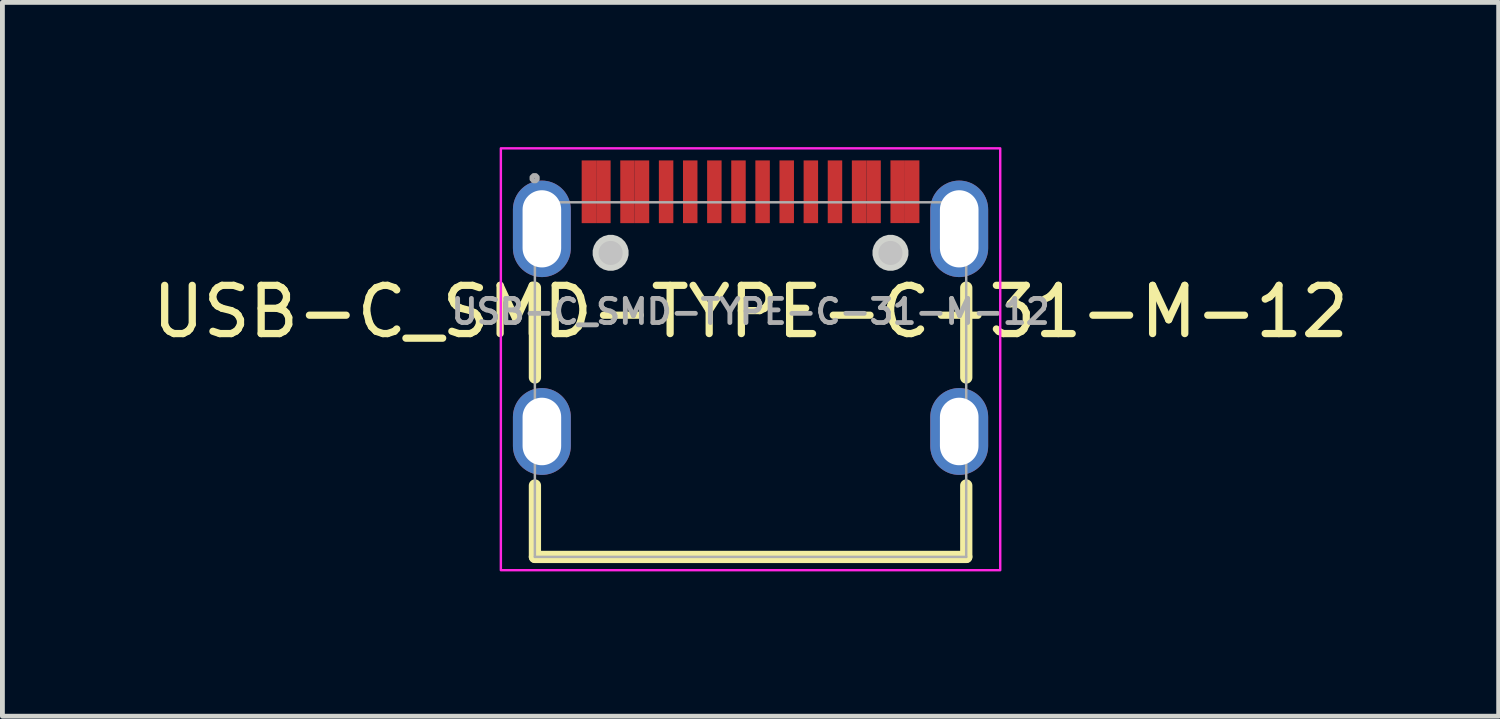
<source format=kicad_pcb>
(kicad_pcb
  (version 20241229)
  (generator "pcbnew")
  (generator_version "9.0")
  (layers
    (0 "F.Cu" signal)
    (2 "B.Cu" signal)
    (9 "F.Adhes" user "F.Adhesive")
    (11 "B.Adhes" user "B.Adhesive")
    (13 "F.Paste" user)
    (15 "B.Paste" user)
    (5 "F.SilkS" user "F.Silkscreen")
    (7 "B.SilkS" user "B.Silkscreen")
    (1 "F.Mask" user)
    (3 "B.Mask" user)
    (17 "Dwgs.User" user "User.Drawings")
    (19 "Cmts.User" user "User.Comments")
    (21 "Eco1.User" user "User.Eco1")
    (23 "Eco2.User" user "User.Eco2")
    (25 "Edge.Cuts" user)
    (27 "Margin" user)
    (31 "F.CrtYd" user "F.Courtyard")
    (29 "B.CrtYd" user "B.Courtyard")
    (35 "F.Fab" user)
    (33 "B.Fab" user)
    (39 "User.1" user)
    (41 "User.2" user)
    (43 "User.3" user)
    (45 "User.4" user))
  (footprint "USB-C_SMD-TYPE-C-31-M-12"
    (layer "F.Cu")
    (at 12.506 3.409)
    (property "Reference" "USB-C_SMD-TYPE-C-31-M-12" (at 0 0 0) (layer "F.SilkS") (effects (font (size 1 1) (thickness 0.15))))
    (fp_line (start -4.469 1.365) (end -4.469 -0.497) (stroke (width 0.254) (type default)) (layer "F.SilkS"))
    (fp_line (start -4.469 5.084) (end -4.469 3.603) (stroke (width 0.254) (type default)) (layer "F.SilkS"))
    (fp_line (start 4.471 1.366) (end 4.471 -0.497) (stroke (width 0.254) (type default)) (layer "F.SilkS"))
    (fp_line (start 4.471 5.084) (end -4.469 5.084) (stroke (width 0.254) (type default)) (layer "F.SilkS"))
    (fp_line (start 4.471 5.084) (end 4.471 3.603) (stroke (width 0.254) (type default)) (layer "F.SilkS"))
    (fp_poly (pts (xy -1.6 -1.834) (xy -1.6 -3.134) (xy -1.9 -3.134) (xy -1.9 -1.834)) (stroke (width 0) (type default)) (fill yes) (layer "F.Paste"))
    (fp_poly (pts (xy -1.4 -3.134) (xy -1.4 -1.834) (xy -1.1 -1.834) (xy -1.1 -3.134)) (stroke (width 0) (type default)) (fill yes) (layer "F.Paste"))
    (fp_poly (pts (xy -0.6 -1.834) (xy -0.6 -3.134) (xy -0.9 -3.134) (xy -0.9 -1.834)) (stroke (width 0) (type default)) (fill yes) (layer "F.Paste"))
    (fp_poly (pts (xy -0.1 -1.834) (xy -0.1 -3.134) (xy -0.4 -3.134) (xy -0.4 -1.834)) (stroke (width 0) (type default)) (fill yes) (layer "F.Paste"))
    (fp_poly (pts (xy 0.4 -1.834) (xy 0.4 -3.134) (xy 0.1 -3.134) (xy 0.1 -1.834)) (stroke (width 0) (type default)) (fill yes) (layer "F.Paste"))
    (fp_poly (pts (xy 0.9 -1.834) (xy 0.9 -3.134) (xy 0.6 -3.134) (xy 0.6 -1.834)) (stroke (width 0) (type default)) (fill yes) (layer "F.Paste"))
    (fp_poly (pts (xy 1.399 -1.834) (xy 1.399 -3.134) (xy 1.099 -3.134) (xy 1.099 -1.834)) (stroke (width 0) (type default)) (fill yes) (layer "F.Paste"))
    (fp_poly (pts (xy 1.9 -1.834) (xy 1.9 -3.134) (xy 1.6 -3.134) (xy 1.6 -1.834)) (stroke (width 0) (type default)) (fill yes) (layer "F.Paste"))
    (fp_poly (pts (xy -2.9 -1.834) (xy -2.9 -3.134) (xy -3.2 -3.134) (xy -3.5 -3.134) (xy -3.5 -1.834) (xy -3.2 -1.834)) (stroke (width 0) (type default)) (fill yes) (layer "F.Paste"))
    (fp_poly (pts (xy -2.1 -1.834) (xy -2.1 -3.134) (xy -2.4 -3.134) (xy -2.7 -3.134) (xy -2.7 -1.834) (xy -2.4 -1.834)) (stroke (width 0) (type default)) (fill yes) (layer "F.Paste"))
    (fp_poly (pts (xy 2.7 -1.834) (xy 2.7 -3.134) (xy 2.4 -3.134) (xy 2.1 -3.134) (xy 2.1 -1.834) (xy 2.4 -1.834)) (stroke (width 0) (type default)) (fill yes) (layer "F.Paste"))
    (fp_poly (pts (xy 3.5 -1.834) (xy 3.5 -3.134) (xy 3.2 -3.134) (xy 2.9 -3.134) (xy 2.9 -1.834) (xy 3.2 -1.834)) (stroke (width 0) (type default)) (fill yes) (layer "F.Paste"))
    (fp_poly (pts (xy -4.34 1.585) (xy -4.37 1.586) (xy -4.399 1.589) (xy -4.429 1.593) (xy -4.458 1.599) (xy -4.487 1.607) (xy -4.516 1.615) (xy -4.545 1.625) (xy -4.572 1.637) (xy -4.599 1.65) (xy -4.625 1.665) (xy -4.651 1.68) (xy -4.676 1.697) (xy -4.699 1.715) (xy -4.722 1.734) (xy -4.744 1.754) (xy -4.765 1.776) (xy -4.785 1.798) (xy -4.803 1.822) (xy -4.821 1.846) (xy -4.837 1.871) (xy -4.852 1.897) (xy -4.865 1.924) (xy -4.878 1.951) (xy -4.889 1.979) (xy -4.899 2.007) (xy -4.907 2.036) (xy -4.913 2.065) (xy -4.918 2.095) (xy -4.922 2.124) (xy -4.925 2.154) (xy -4.925 2.184) (xy -4.925 2.784) (xy -4.925 2.814) (xy -4.922 2.844) (xy -4.918 2.873) (xy -4.913 2.903) (xy -4.907 2.932) (xy -4.899 2.961) (xy -4.889 2.99) (xy -4.878 3.017) (xy -4.865 3.045) (xy -4.852 3.071) (xy -4.837 3.097) (xy -4.821 3.122) (xy -4.803 3.147) (xy -4.785 3.17) (xy -4.765 3.192) (xy -4.744 3.213) (xy -4.722 3.234) (xy -4.699 3.253) (xy -4.676 3.272) (xy -4.651 3.288) (xy -4.625 3.304) (xy -4.599 3.318) (xy -4.572 3.331) (xy -4.545 3.342) (xy -4.516 3.353) (xy -4.487 3.361) (xy -4.458 3.369) (xy -4.429 3.375) (xy -4.399 3.38) (xy -4.37 3.382) (xy -4.34 3.384) (xy -4.31 3.384) (xy -4.28 3.382) (xy -4.25 3.38) (xy -4.221 3.375) (xy -4.191 3.369) (xy -4.162 3.361) (xy -4.134 3.353) (xy -4.106 3.342) (xy -4.079 3.331) (xy -4.051 3.318) (xy -4.025 3.304) (xy -3.999 3.288) (xy -3.975 3.272) (xy -3.951 3.253) (xy -3.928 3.234) (xy -3.906 3.213) (xy -3.885 3.192) (xy -3.865 3.17) (xy -3.847 3.147) (xy -3.829 3.122) (xy -3.813 3.097) (xy -3.798 3.071) (xy -3.784 3.045) (xy -3.772 3.017) (xy -3.761 2.99) (xy -3.752 2.961) (xy -3.744 2.932) (xy -3.737 2.903) (xy -3.732 2.873) (xy -3.728 2.844) (xy -3.726 2.814) (xy -3.725 2.784) (xy -3.725 2.184) (xy -3.726 2.154) (xy -3.728 2.124) (xy -3.732 2.095) (xy -3.737 2.065) (xy -3.744 2.036) (xy -3.752 2.007) (xy -3.761 1.979) (xy -3.772 1.951) (xy -3.784 1.924) (xy -3.798 1.897) (xy -3.813 1.871) (xy -3.829 1.846) (xy -3.847 1.822) (xy -3.865 1.798) (xy -3.885 1.776) (xy -3.906 1.754) (xy -3.928 1.734) (xy -3.951 1.715) (xy -3.975 1.697) (xy -3.999 1.68) (xy -4.025 1.665) (xy -4.051 1.65) (xy -4.079 1.637) (xy -4.106 1.625) (xy -4.134 1.615) (xy -4.162 1.607) (xy -4.191 1.599) (xy -4.221 1.593) (xy -4.25 1.589) (xy -4.28 1.586) (xy -4.31 1.585)) (stroke (width 0) (type default)) (fill yes) (layer "F.Paste"))
    (fp_poly (pts (xy -4.28 -2.714) (xy -4.31 -2.716) (xy -4.34 -2.716) (xy -4.37 -2.714) (xy -4.399 -2.711) (xy -4.429 -2.707) (xy -4.458 -2.7) (xy -4.487 -2.693) (xy -4.516 -2.684) (xy -4.545 -2.675) (xy -4.572 -2.663) (xy -4.599 -2.65) (xy -4.625 -2.635) (xy -4.651 -2.62) (xy -4.676 -2.603) (xy -4.699 -2.585) (xy -4.722 -2.566) (xy -4.744 -2.546) (xy -4.765 -2.524) (xy -4.785 -2.502) (xy -4.803 -2.478) (xy -4.821 -2.454) (xy -4.837 -2.429) (xy -4.852 -2.402) (xy -4.865 -2.376) (xy -4.878 -2.349) (xy -4.889 -2.321) (xy -4.899 -2.292) (xy -4.907 -2.264) (xy -4.913 -2.235) (xy -4.918 -2.205) (xy -4.922 -2.175) (xy -4.925 -2.146) (xy -4.925 -2.116) (xy -4.925 -1.316) (xy -4.925 -1.286) (xy -4.922 -1.256) (xy -4.918 -1.226) (xy -4.913 -1.197) (xy -4.907 -1.167) (xy -4.899 -1.139) (xy -4.889 -1.111) (xy -4.878 -1.083) (xy -4.865 -1.056) (xy -4.852 -1.029) (xy -4.837 -1.003) (xy -4.821 -0.978) (xy -4.803 -0.954) (xy -4.785 -0.93) (xy -4.765 -0.907) (xy -4.744 -0.886) (xy -4.722 -0.866) (xy -4.699 -0.847) (xy -4.676 -0.829) (xy -4.651 -0.812) (xy -4.625 -0.796) (xy -4.599 -0.782) (xy -4.572 -0.769) (xy -4.545 -0.757) (xy -4.516 -0.747) (xy -4.487 -0.738) (xy -4.458 -0.731) (xy -4.429 -0.725) (xy -4.399 -0.721) (xy -4.37 -0.718) (xy -4.34 -0.716) (xy -4.31 -0.716) (xy -4.28 -0.718) (xy -4.25 -0.721) (xy -4.221 -0.725) (xy -4.191 -0.731) (xy -4.162 -0.738) (xy -4.134 -0.747) (xy -4.106 -0.757) (xy -4.079 -0.769) (xy -4.051 -0.782) (xy -4.025 -0.796) (xy -3.999 -0.812) (xy -3.975 -0.829) (xy -3.951 -0.847) (xy -3.928 -0.866) (xy -3.906 -0.886) (xy -3.885 -0.907) (xy -3.865 -0.93) (xy -3.847 -0.954) (xy -3.829 -0.978) (xy -3.813 -1.003) (xy -3.798 -1.029) (xy -3.784 -1.056) (xy -3.772 -1.083) (xy -3.761 -1.111) (xy -3.752 -1.139) (xy -3.744 -1.167) (xy -3.737 -1.197) (xy -3.732 -1.226) (xy -3.728 -1.256) (xy -3.726 -1.286) (xy -3.725 -1.316) (xy -3.725 -2.116) (xy -3.726 -2.146) (xy -3.728 -2.175) (xy -3.732 -2.205) (xy -3.737 -2.235) (xy -3.744 -2.264) (xy -3.752 -2.292) (xy -3.761 -2.321) (xy -3.772 -2.349) (xy -3.784 -2.376) (xy -3.798 -2.402) (xy -3.813 -2.429) (xy -3.829 -2.454) (xy -3.847 -2.478) (xy -3.865 -2.502) (xy -3.885 -2.524) (xy -3.906 -2.546) (xy -3.928 -2.566) (xy -3.951 -2.585) (xy -3.975 -2.603) (xy -3.999 -2.62) (xy -4.025 -2.635) (xy -4.051 -2.65) (xy -4.079 -2.663) (xy -4.106 -2.675) (xy -4.134 -2.684) (xy -4.162 -2.693) (xy -4.191 -2.7) (xy -4.221 -2.707) (xy -4.25 -2.711)) (stroke (width 0) (type default)) (fill yes) (layer "F.Paste"))
    (fp_poly (pts (xy 4.37 -2.714) (xy 4.34 -2.716) (xy 4.31 -2.716) (xy 4.28 -2.714) (xy 4.25 -2.711) (xy 4.221 -2.707) (xy 4.191 -2.7) (xy 4.162 -2.693) (xy 4.134 -2.684) (xy 4.106 -2.675) (xy 4.079 -2.663) (xy 4.051 -2.65) (xy 4.025 -2.635) (xy 3.999 -2.62) (xy 3.975 -2.603) (xy 3.951 -2.585) (xy 3.928 -2.566) (xy 3.906 -2.546) (xy 3.885 -2.524) (xy 3.865 -2.502) (xy 3.847 -2.478) (xy 3.829 -2.454) (xy 3.813 -2.429) (xy 3.798 -2.402) (xy 3.784 -2.376) (xy 3.772 -2.349) (xy 3.761 -2.321) (xy 3.752 -2.292) (xy 3.744 -2.264) (xy 3.737 -2.235) (xy 3.732 -2.205) (xy 3.728 -2.175) (xy 3.726 -2.146) (xy 3.725 -2.116) (xy 3.725 -1.316) (xy 3.726 -1.286) (xy 3.728 -1.256) (xy 3.732 -1.226) (xy 3.737 -1.197) (xy 3.744 -1.167) (xy 3.752 -1.139) (xy 3.761 -1.111) (xy 3.772 -1.083) (xy 3.784 -1.056) (xy 3.798 -1.029) (xy 3.813 -1.003) (xy 3.829 -0.978) (xy 3.847 -0.954) (xy 3.865 -0.93) (xy 3.885 -0.907) (xy 3.906 -0.886) (xy 3.928 -0.866) (xy 3.951 -0.847) (xy 3.975 -0.829) (xy 3.999 -0.812) (xy 4.025 -0.796) (xy 4.051 -0.782) (xy 4.079 -0.769) (xy 4.106 -0.757) (xy 4.134 -0.747) (xy 4.162 -0.738) (xy 4.191 -0.731) (xy 4.221 -0.725) (xy 4.25 -0.721) (xy 4.28 -0.718) (xy 4.31 -0.716) (xy 4.34 -0.716) (xy 4.37 -0.718) (xy 4.399 -0.721) (xy 4.429 -0.725) (xy 4.458 -0.731) (xy 4.487 -0.738) (xy 4.516 -0.747) (xy 4.545 -0.757) (xy 4.572 -0.769) (xy 4.599 -0.782) (xy 4.625 -0.796) (xy 4.651 -0.812) (xy 4.676 -0.829) (xy 4.699 -0.847) (xy 4.722 -0.866) (xy 4.744 -0.886) (xy 4.765 -0.907) (xy 4.785 -0.93) (xy 4.803 -0.954) (xy 4.821 -0.978) (xy 4.837 -1.003) (xy 4.852 -1.029) (xy 4.865 -1.056) (xy 4.878 -1.083) (xy 4.889 -1.111) (xy 4.899 -1.139) (xy 4.907 -1.167) (xy 4.913 -1.197) (xy 4.918 -1.226) (xy 4.922 -1.256) (xy 4.925 -1.286) (xy 4.925 -1.316) (xy 4.925 -2.116) (xy 4.925 -2.146) (xy 4.922 -2.175) (xy 4.918 -2.205) (xy 4.913 -2.235) (xy 4.907 -2.264) (xy 4.899 -2.292) (xy 4.889 -2.321) (xy 4.878 -2.349) (xy 4.865 -2.376) (xy 4.852 -2.402) (xy 4.837 -2.429) (xy 4.821 -2.454) (xy 4.803 -2.478) (xy 4.785 -2.502) (xy 4.765 -2.524) (xy 4.744 -2.546) (xy 4.722 -2.566) (xy 4.699 -2.585) (xy 4.676 -2.603) (xy 4.651 -2.62) (xy 4.625 -2.635) (xy 4.599 -2.65) (xy 4.572 -2.663) (xy 4.545 -2.675) (xy 4.516 -2.684) (xy 4.487 -2.693) (xy 4.458 -2.7) (xy 4.429 -2.707) (xy 4.399 -2.711)) (stroke (width 0) (type default)) (fill yes) (layer "F.Paste"))
    (fp_poly (pts (xy 4.37 1.586) (xy 4.34 1.585) (xy 4.31 1.585) (xy 4.28 1.586) (xy 4.25 1.589) (xy 4.221 1.593) (xy 4.191 1.599) (xy 4.162 1.607) (xy 4.134 1.615) (xy 4.106 1.625) (xy 4.079 1.637) (xy 4.051 1.65) (xy 4.025 1.665) (xy 3.999 1.68) (xy 3.975 1.697) (xy 3.951 1.715) (xy 3.928 1.734) (xy 3.906 1.754) (xy 3.885 1.776) (xy 3.865 1.798) (xy 3.847 1.822) (xy 3.829 1.846) (xy 3.813 1.871) (xy 3.798 1.897) (xy 3.784 1.924) (xy 3.772 1.951) (xy 3.761 1.979) (xy 3.752 2.007) (xy 3.744 2.036) (xy 3.737 2.065) (xy 3.732 2.095) (xy 3.728 2.124) (xy 3.726 2.154) (xy 3.725 2.184) (xy 3.725 2.784) (xy 3.726 2.814) (xy 3.728 2.844) (xy 3.732 2.873) (xy 3.737 2.903) (xy 3.744 2.932) (xy 3.752 2.961) (xy 3.761 2.99) (xy 3.772 3.017) (xy 3.784 3.045) (xy 3.798 3.071) (xy 3.813 3.097) (xy 3.829 3.122) (xy 3.847 3.147) (xy 3.865 3.17) (xy 3.885 3.192) (xy 3.906 3.213) (xy 3.928 3.234) (xy 3.951 3.253) (xy 3.975 3.272) (xy 3.999 3.288) (xy 4.025 3.304) (xy 4.051 3.318) (xy 4.079 3.331) (xy 4.106 3.342) (xy 4.134 3.353) (xy 4.162 3.361) (xy 4.191 3.369) (xy 4.221 3.375) (xy 4.25 3.38) (xy 4.28 3.382) (xy 4.31 3.384) (xy 4.34 3.384) (xy 4.37 3.382) (xy 4.399 3.38) (xy 4.429 3.375) (xy 4.458 3.369) (xy 4.487 3.361) (xy 4.516 3.353) (xy 4.545 3.342) (xy 4.572 3.331) (xy 4.599 3.318) (xy 4.625 3.304) (xy 4.651 3.288) (xy 4.676 3.272) (xy 4.699 3.253) (xy 4.722 3.234) (xy 4.744 3.213) (xy 4.765 3.192) (xy 4.785 3.17) (xy 4.803 3.147) (xy 4.821 3.122) (xy 4.837 3.097) (xy 4.852 3.071) (xy 4.865 3.045) (xy 4.878 3.017) (xy 4.889 2.99) (xy 4.899 2.961) (xy 4.907 2.932) (xy 4.913 2.903) (xy 4.918 2.873) (xy 4.922 2.844) (xy 4.925 2.814) (xy 4.925 2.784) (xy 4.925 2.184) (xy 4.925 2.154) (xy 4.922 2.124) (xy 4.918 2.095) (xy 4.913 2.065) (xy 4.907 2.036) (xy 4.899 2.007) (xy 4.889 1.979) (xy 4.878 1.951) (xy 4.865 1.924) (xy 4.852 1.897) (xy 4.837 1.871) (xy 4.821 1.846) (xy 4.803 1.822) (xy 4.785 1.798) (xy 4.765 1.776) (xy 4.744 1.754) (xy 4.722 1.734) (xy 4.699 1.715) (xy 4.676 1.697) (xy 4.651 1.68) (xy 4.625 1.665) (xy 4.599 1.65) (xy 4.572 1.637) (xy 4.545 1.625) (xy 4.516 1.615) (xy 4.487 1.607) (xy 4.458 1.599) (xy 4.429 1.593) (xy 4.399 1.589)) (stroke (width 0) (type default)) (fill yes) (layer "F.Paste"))
    (fp_circle (center -2.9 -1.216) (end -2.775 -1.216) (stroke (width 0.25) (type default)) (fill no) (layer "Dwgs.User"))
    (fp_circle (center 2.9 -1.216) (end 3.025 -1.216) (stroke (width 0.25) (type default)) (fill no) (layer "Dwgs.User"))
    (fp_poly (pts (xy -2.528 -1.268) (xy -2.554 -1.363) (xy -2.602 -1.447) (xy -2.672 -1.517) (xy -2.756 -1.565) (xy -2.851 -1.591) (xy -2.949 -1.591) (xy -3.044 -1.565) (xy -3.128 -1.517) (xy -3.198 -1.447) (xy -3.246 -1.363) (xy -3.272 -1.268) (xy -3.272 -1.17) (xy -3.246 -1.075) (xy -3.198 -0.991) (xy -3.128 -0.921) (xy -3.044 -0.873) (xy -2.949 -0.847) (xy -2.851 -0.847) (xy -2.756 -0.873) (xy -2.672 -0.921) (xy -2.602 -0.991) (xy -2.554 -1.075) (xy -2.528 -1.17)) (stroke (width 0) (type default)) (fill yes) (layer "Edge.Cuts"))
    (fp_poly (pts (xy 3.272 -1.268) (xy 3.246 -1.363) (xy 3.198 -1.447) (xy 3.128 -1.517) (xy 3.044 -1.565) (xy 2.949 -1.591) (xy 2.851 -1.591) (xy 2.756 -1.565) (xy 2.672 -1.517) (xy 2.602 -1.447) (xy 2.554 -1.363) (xy 2.528 -1.268) (xy 2.528 -1.17) (xy 2.554 -1.075) (xy 2.602 -0.991) (xy 2.672 -0.921) (xy 2.756 -0.873) (xy 2.851 -0.847) (xy 2.949 -0.847) (xy 3.044 -0.873) (xy 3.128 -0.921) (xy 3.198 -0.991) (xy 3.246 -1.075) (xy 3.272 -1.17)) (stroke (width 0) (type default)) (fill yes) (layer "Edge.Cuts"))
    (fp_rect (start -5.175 -3.385) (end 5.175 5.359) (stroke (width 0.05) (type default)) (fill no) (layer "F.CrtYd"))
    (fp_line (start -4.47 -2.266) (end 4.47 -2.266) (stroke (width 0.051) (type default)) (layer "F.Fab"))
    (fp_line (start -4.47 5.084) (end -4.47 -2.266) (stroke (width 0.051) (type default)) (layer "F.Fab"))
    (fp_line (start 4.47 -2.266) (end 4.47 5.084) (stroke (width 0.051) (type default)) (layer "F.Fab"))
    (fp_line (start 4.47 5.084) (end -4.47 5.084) (stroke (width 0.051) (type default)) (layer "F.Fab"))
    (fp_poly (pts (xy -4.42 -2.789) (xy -4.452 -2.821) (xy -4.498 -2.821) (xy -4.53 -2.789) (xy -4.53 -2.743) (xy -4.498 -2.711) (xy -4.452 -2.711) (xy -4.42 -2.743)) (stroke (width 0.1) (type default)) (fill no) (layer "F.Fab"))
    (fp_poly (pts (xy -4.475 -2.266) (xy -4.175 -2.266) (xy -4.175 -1.166) (xy -4.475 -1.166)) (stroke (width 0.1) (type default)) (fill no) (layer "User.1"))
    (fp_poly (pts (xy -4.475 2.084) (xy -4.175 2.084) (xy -4.175 2.884) (xy -4.475 2.884)) (stroke (width 0.1) (type default)) (fill no) (layer "User.1"))
    (fp_poly (pts (xy -3.41 -2.766) (xy -3.21 -2.766) (xy -3.21 -2.066) (xy -3.41 -2.066)) (stroke (width 0.1) (type default)) (fill no) (layer "User.1"))
    (fp_poly (pts (xy -3.21 -2.766) (xy -3.01 -2.766) (xy -3.01 -2.066) (xy -3.21 -2.066)) (stroke (width 0.1) (type default)) (fill no) (layer "User.1"))
    (fp_poly (pts (xy -2.61 -2.766) (xy -2.41 -2.766) (xy -2.41 -2.066) (xy -2.61 -2.066)) (stroke (width 0.1) (type default)) (fill no) (layer "User.1"))
    (fp_poly (pts (xy -2.41 -2.766) (xy -2.21 -2.766) (xy -2.21 -2.066) (xy -2.41 -2.066)) (stroke (width 0.1) (type default)) (fill no) (layer "User.1"))
    (fp_poly (pts (xy -1.85 -2.766) (xy -1.65 -2.766) (xy -1.65 -2.066) (xy -1.85 -2.066)) (stroke (width 0.1) (type default)) (fill no) (layer "User.1"))
    (fp_poly (pts (xy -1.35 -2.766) (xy -1.15 -2.766) (xy -1.15 -2.066) (xy -1.35 -2.066)) (stroke (width 0.1) (type default)) (fill no) (layer "User.1"))
    (fp_poly (pts (xy -0.85 -2.766) (xy -0.65 -2.766) (xy -0.65 -2.066) (xy -0.85 -2.066)) (stroke (width 0.1) (type default)) (fill no) (layer "User.1"))
    (fp_poly (pts (xy -0.35 -2.766) (xy -0.15 -2.766) (xy -0.15 -2.066) (xy -0.35 -2.066)) (stroke (width 0.1) (type default)) (fill no) (layer "User.1"))
    (fp_poly (pts (xy 0.15 -2.766) (xy 0.35 -2.766) (xy 0.35 -2.066) (xy 0.15 -2.066)) (stroke (width 0.1) (type default)) (fill no) (layer "User.1"))
    (fp_poly (pts (xy 0.65 -2.766) (xy 0.85 -2.766) (xy 0.85 -2.066) (xy 0.65 -2.066)) (stroke (width 0.1) (type default)) (fill no) (layer "User.1"))
    (fp_poly (pts (xy 1.149 -2.766) (xy 1.349 -2.766) (xy 1.349 -2.066) (xy 1.149 -2.066)) (stroke (width 0.1) (type default)) (fill no) (layer "User.1"))
    (fp_poly (pts (xy 1.65 -2.766) (xy 1.85 -2.766) (xy 1.85 -2.066) (xy 1.65 -2.066)) (stroke (width 0.1) (type default)) (fill no) (layer "User.1"))
    (fp_poly (pts (xy 2.21 -2.766) (xy 2.41 -2.766) (xy 2.41 -2.066) (xy 2.21 -2.066)) (stroke (width 0.1) (type default)) (fill no) (layer "User.1"))
    (fp_poly (pts (xy 2.41 -2.766) (xy 2.61 -2.766) (xy 2.61 -2.066) (xy 2.41 -2.066)) (stroke (width 0.1) (type default)) (fill no) (layer "User.1"))
    (fp_poly (pts (xy 3.01 -2.766) (xy 3.21 -2.766) (xy 3.21 -2.066) (xy 3.01 -2.066)) (stroke (width 0.1) (type default)) (fill no) (layer "User.1"))
    (fp_poly (pts (xy 3.21 -2.766) (xy 3.41 -2.766) (xy 3.41 -2.066) (xy 3.21 -2.066)) (stroke (width 0.1) (type default)) (fill no) (layer "User.1"))
    (fp_poly (pts (xy 4.175 -2.266) (xy 4.475 -2.266) (xy 4.475 -1.166) (xy 4.175 -1.166)) (stroke (width 0.1) (type default)) (fill no) (layer "User.1"))
    (fp_poly (pts (xy 4.175 2.084) (xy 4.475 2.084) (xy 4.475 2.884) (xy 4.175 2.884)) (stroke (width 0.1) (type default)) (fill no) (layer "User.1"))
    (fp_text user "${REFERENCE}" (at 0 0 0) (layer "F.Fab") (effects (font (size 0.5 0.5) (thickness 0.1))))
    (pad "0" thru_hole oval (at -4.325 -1.716) (size 1.2 2) (drill oval 0.8 1.6) (layers "*.Cu" "*.Mask"))
    (pad "1" thru_hole oval (at 4.325 -1.716) (size 1.2 2) (drill oval 0.8 1.6) (layers "*.Cu" "*.Mask"))
    (pad "2" thru_hole oval (at 4.325 2.484) (size 1.2 1.8) (drill oval 0.8 1.4) (layers "*.Cu" "*.Mask"))
    (pad "3" thru_hole oval (at -4.325 2.484) (size 1.2 1.8) (drill oval 0.8 1.4) (layers "*.Cu" "*.Mask"))
    (pad "A1" smd rect (at -3.35 -2.484) (size 0.3 1.3) (layers "F.Cu" "F.Mask" "F.Paste"))
    (pad "A4" smd rect (at -2.55 -2.484) (size 0.3 1.3) (layers "F.Cu" "F.Mask" "F.Paste"))
    (pad "A5" smd rect (at -1.25 -2.484) (size 0.3 1.3) (layers "F.Cu" "F.Mask" "F.Paste"))
    (pad "A6" smd rect (at -0.25 -2.484) (size 0.3 1.3) (layers "F.Cu" "F.Mask" "F.Paste"))
    (pad "A7" smd rect (at 0.25 -2.484) (size 0.3 1.3) (layers "F.Cu" "F.Mask" "F.Paste"))
    (pad "A8" smd rect (at 1.25 -2.484) (size 0.3 1.3) (layers "F.Cu" "F.Mask" "F.Paste"))
    (pad "A9" smd rect (at 2.55 -2.484) (size 0.3 1.3) (layers "F.Cu" "F.Mask" "F.Paste"))
    (pad "A12" smd rect (at 3.35 -2.485) (size 0.3 1.3) (layers "F.Cu" "F.Mask" "F.Paste"))
    (pad "B1" smd rect (at 3.05 -2.485) (size 0.3 1.3) (layers "F.Cu" "F.Mask" "F.Paste"))
    (pad "B4" smd rect (at 2.25 -2.484) (size 0.3 1.3) (layers "F.Cu" "F.Mask" "F.Paste"))
    (pad "B5" smd rect (at 1.75 -2.484) (size 0.3 1.3) (layers "F.Cu" "F.Mask" "F.Paste"))
    (pad "B6" smd rect (at 0.75 -2.484) (size 0.3 1.3) (layers "F.Cu" "F.Mask" "F.Paste"))
    (pad "B7" smd rect (at -0.75 -2.484) (size 0.3 1.3) (layers "F.Cu" "F.Mask" "F.Paste"))
    (pad "B8" smd rect (at -1.75 -2.484) (size 0.3 1.3) (layers "F.Cu" "F.Mask" "F.Paste"))
    (pad "B9" smd rect (at -2.25 -2.484) (size 0.3 1.3) (layers "F.Cu" "F.Mask" "F.Paste"))
    (pad "B12" smd rect (at -3.05 -2.484) (size 0.3 1.3) (layers "F.Cu" "F.Mask" "F.Paste")))
  (gr_rect
    (start -3 -3)
    (end 28.012 11.794)
    (stroke (width 0.1) (type default))
    (fill no)
    (layer "Edge.Cuts")))
</source>
